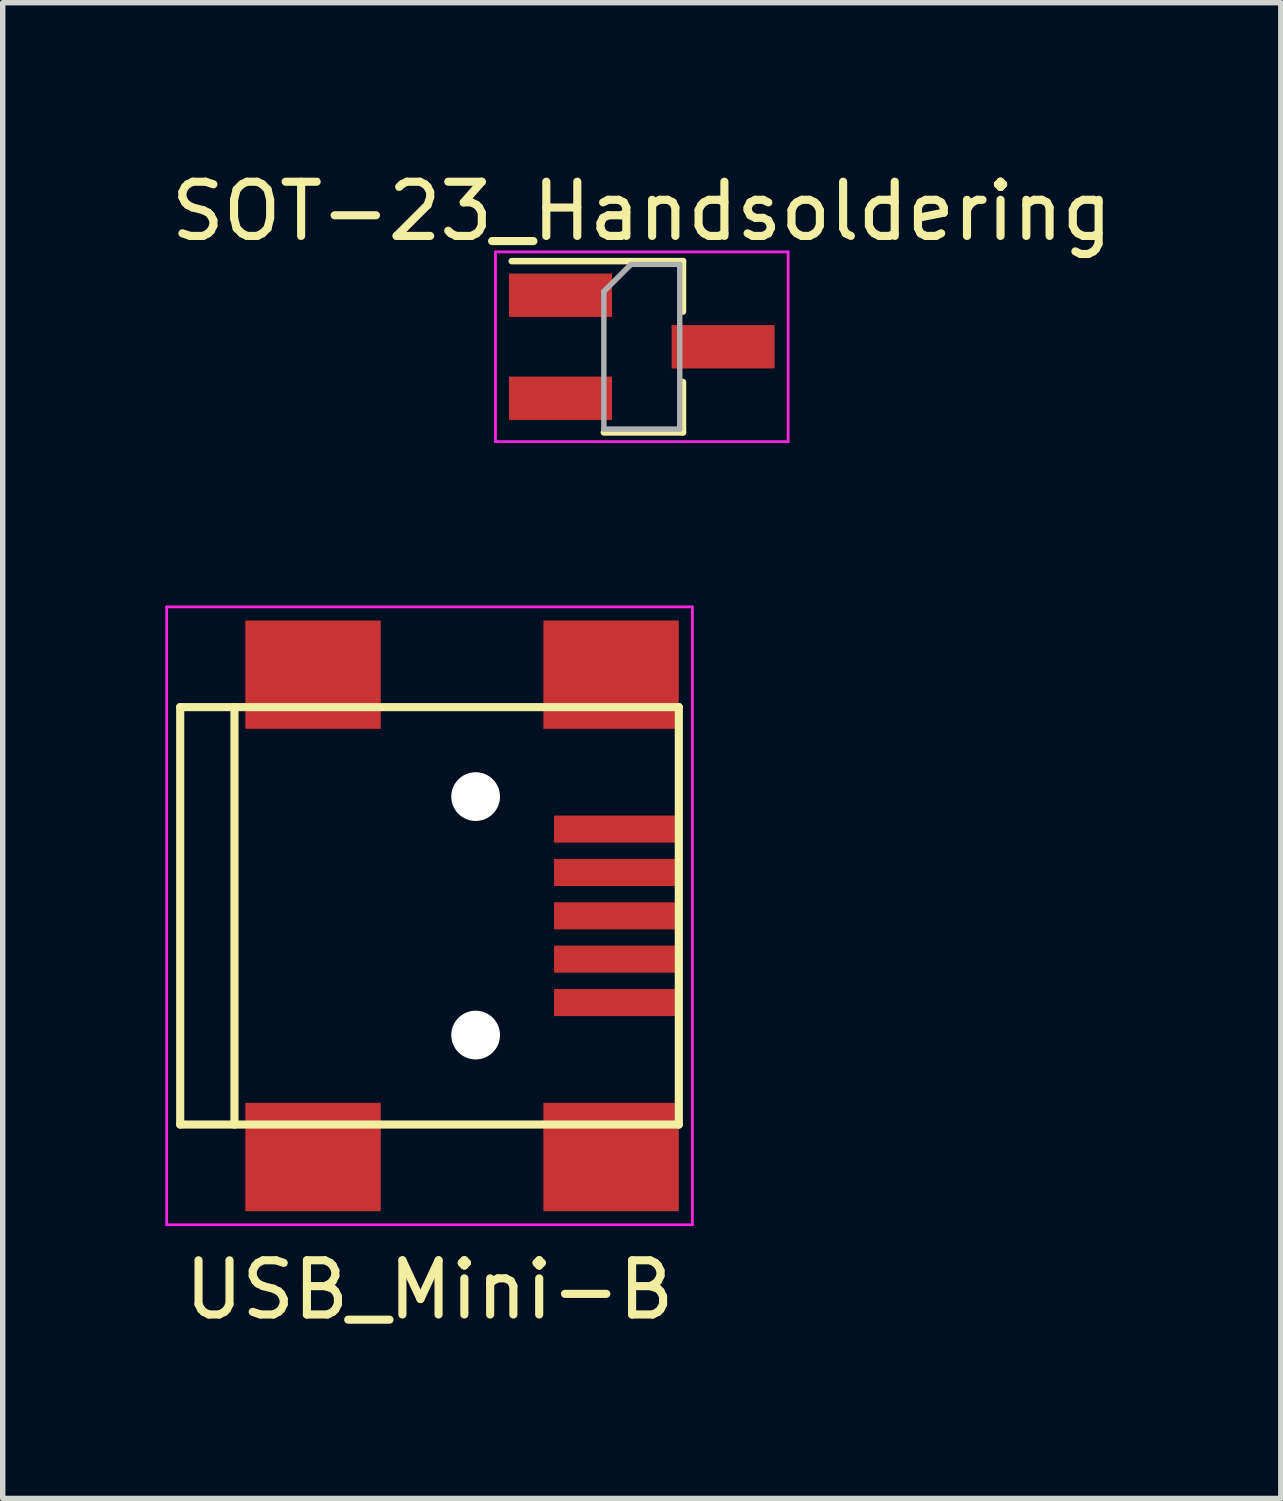
<source format=kicad_pcb>
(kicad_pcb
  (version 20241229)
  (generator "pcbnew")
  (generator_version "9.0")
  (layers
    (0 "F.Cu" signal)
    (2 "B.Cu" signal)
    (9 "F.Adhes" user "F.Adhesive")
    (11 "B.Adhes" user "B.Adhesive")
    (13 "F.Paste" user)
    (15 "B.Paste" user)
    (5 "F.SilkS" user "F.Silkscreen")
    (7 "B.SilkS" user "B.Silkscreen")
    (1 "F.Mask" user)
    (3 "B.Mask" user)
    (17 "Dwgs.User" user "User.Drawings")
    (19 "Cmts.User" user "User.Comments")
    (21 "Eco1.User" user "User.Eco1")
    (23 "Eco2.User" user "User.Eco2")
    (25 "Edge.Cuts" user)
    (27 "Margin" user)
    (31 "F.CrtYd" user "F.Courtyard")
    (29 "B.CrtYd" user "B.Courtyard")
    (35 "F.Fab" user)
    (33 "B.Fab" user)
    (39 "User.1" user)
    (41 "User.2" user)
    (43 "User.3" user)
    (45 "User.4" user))
  (footprint "SOT-23_Handsoldering"
    (layer "F.Cu")
    (at 8.792 3.348)
    (property "Reference" "SOT-23_Handsoldering" (at 0 -2.5 0) (layer "F.SilkS") (effects (font (size 1 1) (thickness 0.15))))
    (attr smd)
    (fp_line (start 0.76 -1.58) (end -2.4 -1.58) (stroke (width 0.12) (type solid)) (layer "F.SilkS"))
    (fp_line (start 0.76 -1.58) (end 0.76 -0.65) (stroke (width 0.12) (type solid)) (layer "F.SilkS"))
    (fp_line (start 0.76 1.58) (end -0.7 1.58) (stroke (width 0.12) (type solid)) (layer "F.SilkS"))
    (fp_line (start 0.76 1.58) (end 0.76 0.65) (stroke (width 0.12) (type solid)) (layer "F.SilkS"))
    (fp_line (start -2.7 -1.75) (end 2.7 -1.75) (stroke (width 0.05) (type solid)) (layer "F.CrtYd"))
    (fp_line (start -2.7 1.75) (end -2.7 -1.75) (stroke (width 0.05) (type solid)) (layer "F.CrtYd"))
    (fp_line (start 2.7 -1.75) (end 2.7 1.75) (stroke (width 0.05) (type solid)) (layer "F.CrtYd"))
    (fp_line (start 2.7 1.75) (end -2.7 1.75) (stroke (width 0.05) (type solid)) (layer "F.CrtYd"))
    (fp_line (start -0.7 -1.02) (end -0.7 1.52) (stroke (width 0.1) (type solid)) (layer "F.Fab"))
    (fp_line (start -0.7 1.52) (end 0.7 1.52) (stroke (width 0.1) (type solid)) (layer "F.Fab"))
    (fp_line (start -0.2 -1.52) (end -0.7 -1.02) (stroke (width 0.1) (type solid)) (layer "F.Fab"))
    (fp_line (start -0.2 -1.52) (end 0.7 -1.52) (stroke (width 0.1) (type solid)) (layer "F.Fab"))
    (fp_line (start 0.7 -1.52) (end 0.7 1.52) (stroke (width 0.1) (type solid)) (layer "F.Fab"))
    (pad "D" smd rect (at 1.5 0) (size 1.9 0.8) (layers "F.Cu" "F.Mask" "F.Paste"))
    (pad "G" smd rect (at -1.5 -0.95) (size 1.9 0.8) (layers "F.Cu" "F.Mask" "F.Paste"))
    (pad "S" smd rect (at -1.5 0.95) (size 1.9 0.8) (layers "F.Cu" "F.Mask" "F.Paste")))
  (footprint "USB_Mini-B"
    (layer "F.Cu")
    (at 4.875 13.848)
    (property "Reference" "USB_Mini-B" (at 0 6.901 0) (layer "F.SilkS") (effects (font (size 1 1) (thickness 0.15))))
    (attr smd)
    (fp_line (start -4.6 -3.851) (end -4.6 3.851) (stroke (width 0.15) (type solid)) (layer "F.SilkS"))
    (fp_line (start -4.6 3.851) (end 4.6 3.851) (stroke (width 0.15) (type solid)) (layer "F.SilkS"))
    (fp_line (start -3.599 -3.851) (end -3.599 3.851) (stroke (width 0.15) (type solid)) (layer "F.SilkS"))
    (fp_line (start 4.6 -3.851) (end -4.6 -3.851) (stroke (width 0.15) (type solid)) (layer "F.SilkS"))
    (fp_line (start 4.6 3.851) (end 4.6 -3.851) (stroke (width 0.15) (type solid)) (layer "F.SilkS"))
    (fp_line (start -4.85 -5.7) (end 4.85 -5.7) (stroke (width 0.05) (type solid)) (layer "F.CrtYd"))
    (fp_line (start -4.85 5.7) (end -4.85 -5.7) (stroke (width 0.05) (type solid)) (layer "F.CrtYd"))
    (fp_line (start 4.85 -5.7) (end 4.85 5.7) (stroke (width 0.05) (type solid)) (layer "F.CrtYd"))
    (fp_line (start 4.85 5.7) (end -4.85 5.7) (stroke (width 0.05) (type solid)) (layer "F.CrtYd"))
    (pad "" np_thru_hole circle (at 0.851 -2.2) (size 0.899 0.899) (drill 0.899) (layers "*.Cu" "*.Mask"))
    (pad "" np_thru_hole circle (at 0.851 2.2) (size 0.899 0.899) (drill 0.899) (layers "*.Cu" "*.Mask"))
    (pad "1" smd rect (at 3.449 -1.6) (size 2.301 0.5) (layers "F.Cu" "F.Mask" "F.Paste"))
    (pad "2" smd rect (at 3.449 -0.8) (size 2.301 0.5) (layers "F.Cu" "F.Mask" "F.Paste"))
    (pad "3" smd rect (at 3.449 0) (size 2.301 0.5) (layers "F.Cu" "F.Mask" "F.Paste"))
    (pad "4" smd rect (at 3.449 0.8) (size 2.301 0.5) (layers "F.Cu" "F.Mask" "F.Paste"))
    (pad "5" smd rect (at 3.449 1.6) (size 2.301 0.5) (layers "F.Cu" "F.Mask" "F.Paste"))
    (pad "6" smd rect (at -2.149 -4.45) (size 2.499 1.999) (layers "F.Cu" "F.Mask" "F.Paste"))
    (pad "7" smd rect (at 3.35 -4.45) (size 2.499 1.999) (layers "F.Cu" "F.Mask" "F.Paste"))
    (pad "8" smd rect (at 3.35 4.45) (size 2.499 1.999) (layers "F.Cu" "F.Mask" "F.Paste"))
    (pad "9" smd rect (at -2.149 4.45) (size 2.499 1.999) (layers "F.Cu" "F.Mask" "F.Paste")))
  (gr_rect
    (start -3 -3)
    (end 20.583 24.598)
    (stroke (width 0.1) (type default))
    (fill no)
    (layer "Edge.Cuts")))
</source>
